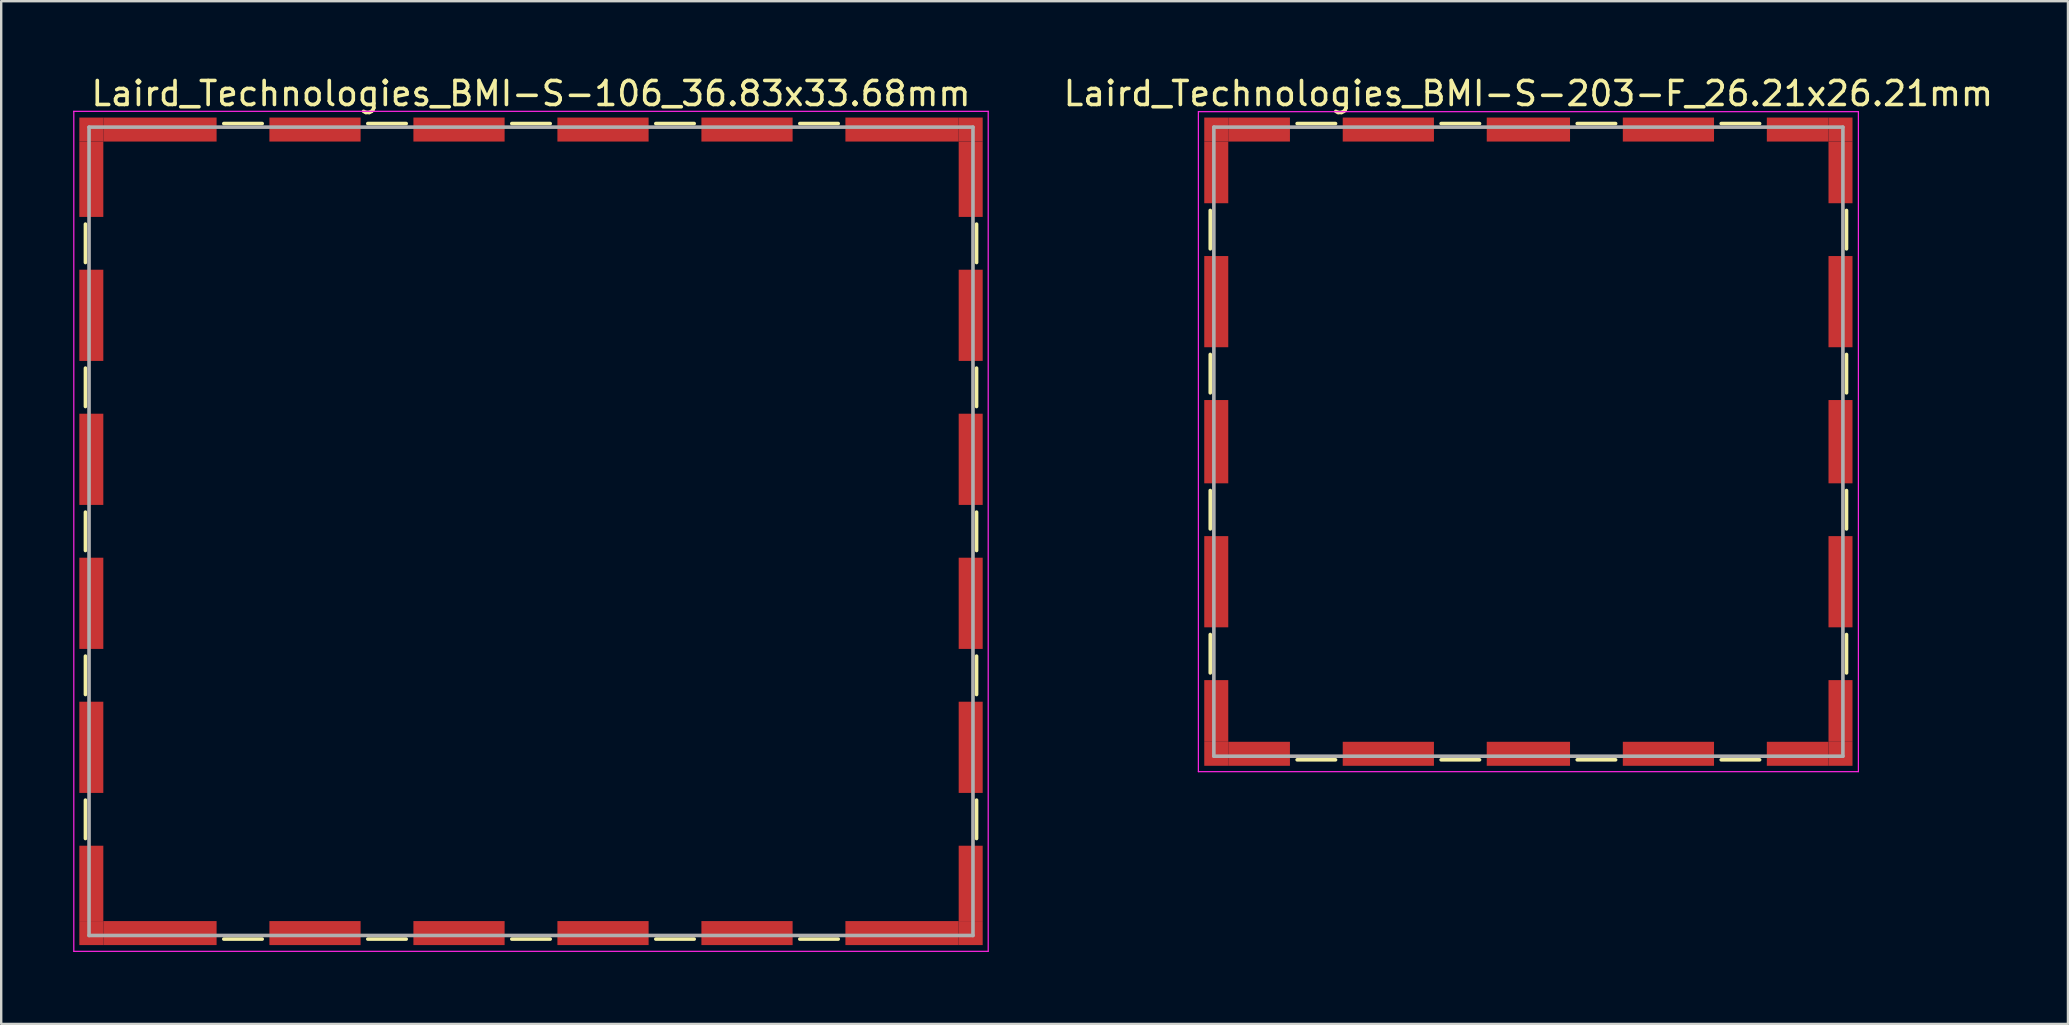
<source format=kicad_pcb>
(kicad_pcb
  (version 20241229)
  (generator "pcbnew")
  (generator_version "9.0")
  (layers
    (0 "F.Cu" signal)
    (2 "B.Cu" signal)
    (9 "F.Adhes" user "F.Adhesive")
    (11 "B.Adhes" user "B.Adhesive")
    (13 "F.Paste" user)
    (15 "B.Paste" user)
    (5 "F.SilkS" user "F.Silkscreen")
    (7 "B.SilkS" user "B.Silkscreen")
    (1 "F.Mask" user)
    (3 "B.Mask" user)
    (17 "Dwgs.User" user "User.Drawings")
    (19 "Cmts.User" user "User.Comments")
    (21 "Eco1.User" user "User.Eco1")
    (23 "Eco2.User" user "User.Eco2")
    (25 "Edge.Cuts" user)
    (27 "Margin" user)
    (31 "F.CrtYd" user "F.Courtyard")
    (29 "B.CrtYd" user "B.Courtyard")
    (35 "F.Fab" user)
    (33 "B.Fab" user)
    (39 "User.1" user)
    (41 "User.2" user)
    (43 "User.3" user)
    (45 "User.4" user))
  (footprint "Laird_Technologies_BMI-S-106_36.83x33.68mm"
    (layer "F.Cu")
    (at 19.075 19.088)
    (property "Reference" "Laird_Technologies_BMI-S-106_36.83x33.68mm" (at 0 -18.24 0) (layer "F.SilkS") (effects (font (size 1 1) (thickness 0.15))))
    (attr smd)
    (fp_line (start -18.565 -12.8) (end -18.565 -11.2) (stroke (width 0.15) (type solid)) (layer "F.SilkS"))
    (fp_line (start -18.565 -6.8) (end -18.565 -5.2) (stroke (width 0.15) (type solid)) (layer "F.SilkS"))
    (fp_line (start -18.565 -0.8) (end -18.565 0.8) (stroke (width 0.15) (type solid)) (layer "F.SilkS"))
    (fp_line (start -18.565 5.2) (end -18.565 6.8) (stroke (width 0.15) (type solid)) (layer "F.SilkS"))
    (fp_line (start -18.565 11.2) (end -18.565 12.8) (stroke (width 0.15) (type solid)) (layer "F.SilkS"))
    (fp_line (start -12.8 -16.99) (end -11.2 -16.99) (stroke (width 0.15) (type solid)) (layer "F.SilkS"))
    (fp_line (start -12.8 16.99) (end -11.2 16.99) (stroke (width 0.15) (type solid)) (layer "F.SilkS"))
    (fp_line (start -6.8 -16.99) (end -5.2 -16.99) (stroke (width 0.15) (type solid)) (layer "F.SilkS"))
    (fp_line (start -6.8 16.99) (end -5.2 16.99) (stroke (width 0.15) (type solid)) (layer "F.SilkS"))
    (fp_line (start -0.8 -16.99) (end 0.8 -16.99) (stroke (width 0.15) (type solid)) (layer "F.SilkS"))
    (fp_line (start -0.8 16.99) (end 0.8 16.99) (stroke (width 0.15) (type solid)) (layer "F.SilkS"))
    (fp_line (start 5.2 -16.99) (end 6.8 -16.99) (stroke (width 0.15) (type solid)) (layer "F.SilkS"))
    (fp_line (start 5.2 16.99) (end 6.8 16.99) (stroke (width 0.15) (type solid)) (layer "F.SilkS"))
    (fp_line (start 11.2 -16.99) (end 12.8 -16.99) (stroke (width 0.15) (type solid)) (layer "F.SilkS"))
    (fp_line (start 11.2 16.99) (end 12.8 16.99) (stroke (width 0.15) (type solid)) (layer "F.SilkS"))
    (fp_line (start 18.565 -12.8) (end 18.565 -11.2) (stroke (width 0.15) (type solid)) (layer "F.SilkS"))
    (fp_line (start 18.565 -6.8) (end 18.565 -5.2) (stroke (width 0.15) (type solid)) (layer "F.SilkS"))
    (fp_line (start 18.565 -0.8) (end 18.565 0.8) (stroke (width 0.15) (type solid)) (layer "F.SilkS"))
    (fp_line (start 18.565 5.2) (end 18.565 6.8) (stroke (width 0.15) (type solid)) (layer "F.SilkS"))
    (fp_line (start 18.565 11.2) (end 18.565 12.8) (stroke (width 0.15) (type solid)) (layer "F.SilkS"))
    (fp_line (start -19.05 -17.5) (end -19.05 17.5) (stroke (width 0.05) (type solid)) (layer "F.CrtYd"))
    (fp_line (start -19.05 17.5) (end 19.05 17.5) (stroke (width 0.05) (type solid)) (layer "F.CrtYd"))
    (fp_line (start 19.05 -17.5) (end -19.05 -17.5) (stroke (width 0.05) (type solid)) (layer "F.CrtYd"))
    (fp_line (start 19.05 17.5) (end 19.05 -17.5) (stroke (width 0.05) (type solid)) (layer "F.CrtYd"))
    (fp_line (start -18.415 -16.84) (end -18.415 16.84) (stroke (width 0.15) (type solid)) (layer "F.Fab"))
    (fp_line (start -18.415 16.84) (end 18.415 16.84) (stroke (width 0.15) (type solid)) (layer "F.Fab"))
    (fp_line (start 18.415 -16.84) (end -18.415 -16.84) (stroke (width 0.15) (type solid)) (layer "F.Fab"))
    (fp_line (start 18.415 16.84) (end 18.415 -16.84) (stroke (width 0.15) (type solid)) (layer "F.Fab"))
    (pad "1" smd rect (at -18.32 -16.74) (size 1 1) (layers "F.Cu" "F.Mask"))
    (pad "1" smd rect (at -18.32 -14.67) (size 1 3.14) (layers "F.Cu" "F.Mask"))
    (pad "1" smd rect (at -18.32 -9) (size 1 3.8) (layers "F.Cu" "F.Mask"))
    (pad "1" smd rect (at -18.32 -3) (size 1 3.8) (layers "F.Cu" "F.Mask"))
    (pad "1" smd rect (at -18.32 3) (size 1 3.8) (layers "F.Cu" "F.Mask"))
    (pad "1" smd rect (at -18.32 9) (size 1 3.8) (layers "F.Cu" "F.Mask"))
    (pad "1" smd rect (at -18.32 14.67) (size 1 3.14) (layers "F.Cu" "F.Mask"))
    (pad "1" smd rect (at -18.32 16.74) (size 1 1) (layers "F.Cu" "F.Mask"))
    (pad "1" smd rect (at -15.46 -16.74) (size 4.72 1) (layers "F.Cu" "F.Mask"))
    (pad "1" smd rect (at -15.46 16.74) (size 4.72 1) (layers "F.Cu" "F.Mask"))
    (pad "1" smd rect (at -9 -16.74) (size 3.8 1) (layers "F.Cu" "F.Mask"))
    (pad "1" smd rect (at -9 16.74) (size 3.8 1) (layers "F.Cu" "F.Mask"))
    (pad "1" smd rect (at -3 -16.74) (size 3.8 1) (layers "F.Cu" "F.Mask"))
    (pad "1" smd rect (at -3 16.74) (size 3.8 1) (layers "F.Cu" "F.Mask"))
    (pad "1" smd rect (at 3 -16.74) (size 3.8 1) (layers "F.Cu" "F.Mask"))
    (pad "1" smd rect (at 3 16.74) (size 3.8 1) (layers "F.Cu" "F.Mask"))
    (pad "1" smd rect (at 9 -16.74) (size 3.8 1) (layers "F.Cu" "F.Mask"))
    (pad "1" smd rect (at 9 16.74) (size 3.8 1) (layers "F.Cu" "F.Mask"))
    (pad "1" smd rect (at 15.46 -16.74) (size 4.72 1) (layers "F.Cu" "F.Mask"))
    (pad "1" smd rect (at 15.46 16.74) (size 4.72 1) (layers "F.Cu" "F.Mask"))
    (pad "1" smd rect (at 18.32 -16.74) (size 1 1) (layers "F.Cu" "F.Mask"))
    (pad "1" smd rect (at 18.32 -14.67) (size 1 3.14) (layers "F.Cu" "F.Mask"))
    (pad "1" smd rect (at 18.32 -9) (size 1 3.8) (layers "F.Cu" "F.Mask"))
    (pad "1" smd rect (at 18.32 -3) (size 1 3.8) (layers "F.Cu" "F.Mask"))
    (pad "1" smd rect (at 18.32 3) (size 1 3.8) (layers "F.Cu" "F.Mask"))
    (pad "1" smd rect (at 18.32 9) (size 1 3.8) (layers "F.Cu" "F.Mask"))
    (pad "1" smd rect (at 18.32 14.67) (size 1 3.14) (layers "F.Cu" "F.Mask"))
    (pad "1" smd rect (at 18.32 16.74) (size 1 1) (layers "F.Cu" "F.Mask")))
  (footprint "Laird_Technologies_BMI-S-203-F_26.21x26.21mm"
    (layer "F.Cu")
    (at 60.632 15.353)
    (property "Reference" "Laird_Technologies_BMI-S-203-F_26.21x26.21mm" (at 0 -14.505 0) (layer "F.SilkS") (effects (font (size 1 1) (thickness 0.15))))
    (attr smd)
    (fp_line (start -13.255 -9.635) (end -13.255 -8.035) (stroke (width 0.15) (type solid)) (layer "F.SilkS"))
    (fp_line (start -13.255 -3.635) (end -13.255 -2.035) (stroke (width 0.15) (type solid)) (layer "F.SilkS"))
    (fp_line (start -13.255 2.035) (end -13.255 3.635) (stroke (width 0.15) (type solid)) (layer "F.SilkS"))
    (fp_line (start -13.255 8.035) (end -13.255 9.635) (stroke (width 0.15) (type solid)) (layer "F.SilkS"))
    (fp_line (start -9.635 -13.255) (end -8.035 -13.255) (stroke (width 0.15) (type solid)) (layer "F.SilkS"))
    (fp_line (start -9.635 13.255) (end -8.035 13.255) (stroke (width 0.15) (type solid)) (layer "F.SilkS"))
    (fp_line (start -3.635 -13.255) (end -2.035 -13.255) (stroke (width 0.15) (type solid)) (layer "F.SilkS"))
    (fp_line (start -3.635 13.255) (end -2.035 13.255) (stroke (width 0.15) (type solid)) (layer "F.SilkS"))
    (fp_line (start 2.035 -13.255) (end 3.635 -13.255) (stroke (width 0.15) (type solid)) (layer "F.SilkS"))
    (fp_line (start 2.035 13.255) (end 3.635 13.255) (stroke (width 0.15) (type solid)) (layer "F.SilkS"))
    (fp_line (start 8.035 -13.255) (end 9.635 -13.255) (stroke (width 0.15) (type solid)) (layer "F.SilkS"))
    (fp_line (start 8.035 13.255) (end 9.635 13.255) (stroke (width 0.15) (type solid)) (layer "F.SilkS"))
    (fp_line (start 13.255 -9.635) (end 13.255 -8.035) (stroke (width 0.15) (type solid)) (layer "F.SilkS"))
    (fp_line (start 13.255 -3.635) (end 13.255 -2.035) (stroke (width 0.15) (type solid)) (layer "F.SilkS"))
    (fp_line (start 13.255 2.035) (end 13.255 3.635) (stroke (width 0.15) (type solid)) (layer "F.SilkS"))
    (fp_line (start 13.255 8.035) (end 13.255 9.635) (stroke (width 0.15) (type solid)) (layer "F.SilkS"))
    (fp_line (start -13.75 -13.75) (end -13.75 13.75) (stroke (width 0.05) (type solid)) (layer "F.CrtYd"))
    (fp_line (start -13.75 13.75) (end 13.75 13.75) (stroke (width 0.05) (type solid)) (layer "F.CrtYd"))
    (fp_line (start 13.75 -13.75) (end -13.75 -13.75) (stroke (width 0.05) (type solid)) (layer "F.CrtYd"))
    (fp_line (start 13.75 13.75) (end 13.75 -13.75) (stroke (width 0.05) (type solid)) (layer "F.CrtYd"))
    (fp_line (start -13.105 -13.105) (end -13.105 13.105) (stroke (width 0.15) (type solid)) (layer "F.Fab"))
    (fp_line (start -13.105 13.105) (end 13.105 13.105) (stroke (width 0.15) (type solid)) (layer "F.Fab"))
    (fp_line (start 13.105 -13.105) (end -13.105 -13.105) (stroke (width 0.15) (type solid)) (layer "F.Fab"))
    (fp_line (start 13.105 13.105) (end 13.105 -13.105) (stroke (width 0.15) (type solid)) (layer "F.Fab"))
    (pad "1" smd rect (at -13.005 -13.005) (size 1 1) (layers "F.Cu" "F.Mask"))
    (pad "1" smd rect (at -13.005 -11.22) (size 1 2.57) (layers "F.Cu" "F.Mask"))
    (pad "1" smd rect (at -13.005 -5.835) (size 1 3.8) (layers "F.Cu" "F.Mask"))
    (pad "1" smd rect (at -13.005 0) (size 1 3.47) (layers "F.Cu" "F.Mask"))
    (pad "1" smd rect (at -13.005 5.835) (size 1 3.8) (layers "F.Cu" "F.Mask"))
    (pad "1" smd rect (at -13.005 11.22) (size 1 2.57) (layers "F.Cu" "F.Mask"))
    (pad "1" smd rect (at -13.005 13.005) (size 1 1) (layers "F.Cu" "F.Mask"))
    (pad "1" smd rect (at -11.22 -13.005) (size 2.57 1) (layers "F.Cu" "F.Mask"))
    (pad "1" smd rect (at -11.22 13.005) (size 2.57 1) (layers "F.Cu" "F.Mask"))
    (pad "1" smd rect (at -5.835 -13.005) (size 3.8 1) (layers "F.Cu" "F.Mask"))
    (pad "1" smd rect (at -5.835 13.005) (size 3.8 1) (layers "F.Cu" "F.Mask"))
    (pad "1" smd rect (at 0 -13.005) (size 3.47 1) (layers "F.Cu" "F.Mask"))
    (pad "1" smd rect (at 0 13.005) (size 3.47 1) (layers "F.Cu" "F.Mask"))
    (pad "1" smd rect (at 5.835 -13.005) (size 3.8 1) (layers "F.Cu" "F.Mask"))
    (pad "1" smd rect (at 5.835 13.005) (size 3.8 1) (layers "F.Cu" "F.Mask"))
    (pad "1" smd rect (at 11.22 -13.005) (size 2.57 1) (layers "F.Cu" "F.Mask"))
    (pad "1" smd rect (at 11.22 13.005) (size 2.57 1) (layers "F.Cu" "F.Mask"))
    (pad "1" smd rect (at 13.005 -13.005) (size 1 1) (layers "F.Cu" "F.Mask"))
    (pad "1" smd rect (at 13.005 -11.22) (size 1 2.57) (layers "F.Cu" "F.Mask"))
    (pad "1" smd rect (at 13.005 -5.835) (size 1 3.8) (layers "F.Cu" "F.Mask"))
    (pad "1" smd rect (at 13.005 0) (size 1 3.47) (layers "F.Cu" "F.Mask"))
    (pad "1" smd rect (at 13.005 5.835) (size 1 3.8) (layers "F.Cu" "F.Mask"))
    (pad "1" smd rect (at 13.005 11.22) (size 1 2.57) (layers "F.Cu" "F.Mask"))
    (pad "1" smd rect (at 13.005 13.005) (size 1 1) (layers "F.Cu" "F.Mask")))
  (gr_rect
    (start -3 -3)
    (end 83.114 39.613)
    (stroke (width 0.1) (type default))
    (fill no)
    (layer "Edge.Cuts")))
</source>
